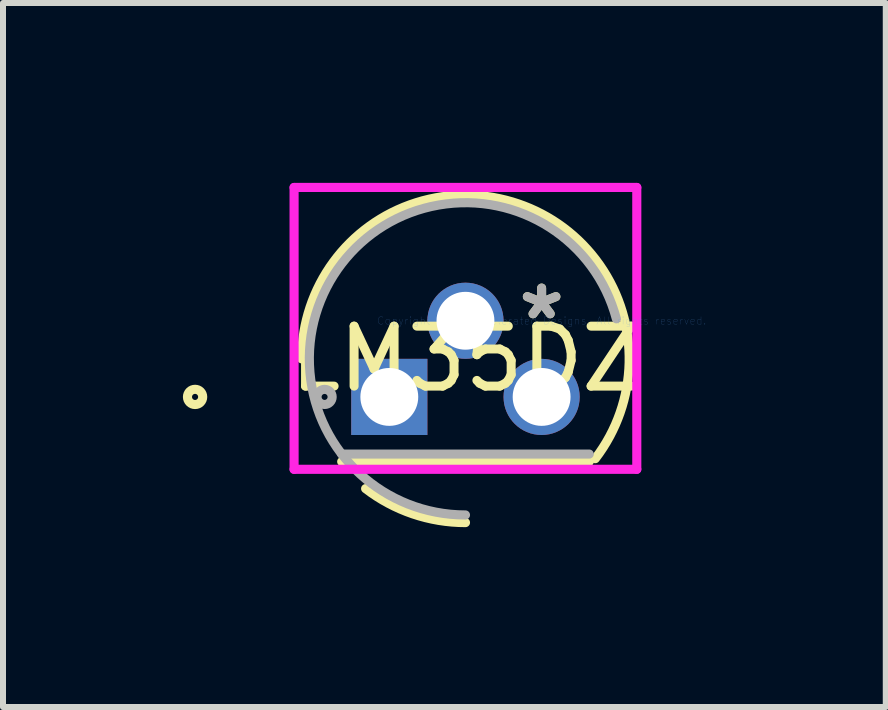
<source format=kicad_pcb>
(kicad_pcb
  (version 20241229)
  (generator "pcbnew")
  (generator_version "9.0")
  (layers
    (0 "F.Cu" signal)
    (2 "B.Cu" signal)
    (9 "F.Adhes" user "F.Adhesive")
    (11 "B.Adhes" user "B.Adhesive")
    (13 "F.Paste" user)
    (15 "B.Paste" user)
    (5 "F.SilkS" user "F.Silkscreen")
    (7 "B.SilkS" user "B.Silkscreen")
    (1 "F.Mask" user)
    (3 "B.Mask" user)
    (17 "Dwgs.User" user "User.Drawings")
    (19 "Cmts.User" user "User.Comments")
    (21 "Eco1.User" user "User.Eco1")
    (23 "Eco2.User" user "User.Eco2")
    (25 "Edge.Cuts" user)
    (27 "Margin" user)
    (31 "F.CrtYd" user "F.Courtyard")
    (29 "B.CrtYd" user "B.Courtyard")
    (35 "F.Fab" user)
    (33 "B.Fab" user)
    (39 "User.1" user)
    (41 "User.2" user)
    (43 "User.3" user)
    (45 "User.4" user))
  (footprint "LM35DZ"
    (layer "F.Cu")
    (at 5.982 2.299)
    (property "Reference" "LM35DZ" (at -1.27 0.635 0) (layer "F.SilkS") (effects (font (size 1 1) (thickness 0.15))))
    (attr through_hole)
    (fp_line (start -3.334 2.349) (end 0.794 2.349) (stroke (width 0.152) (type solid)) (layer "F.SilkS"))
    (fp_arc (start -4.0005 0.635) (mid -0.39069 -1.950042) (end 0.894167 2.299936) (stroke (width 0.1524) (type solid)) (layer "F.SilkS"))
    (fp_arc (start -1.27 3.3655) (mid -2.149312 3.220042) (end -2.934939 2.799165) (stroke (width 0.1524) (type solid)) (layer "F.SilkS"))
    (fp_circle (center -5.779 1.27) (end -5.652 1.27) (stroke (width 0.152) (type solid)) (fill no) (layer "F.SilkS"))
    (fp_line (start -4.128 -2.223) (end 1.587 -2.223) (stroke (width 0.152) (type solid)) (layer "F.CrtYd"))
    (fp_line (start -4.128 2.477) (end -4.128 -2.223) (stroke (width 0.152) (type solid)) (layer "F.CrtYd"))
    (fp_line (start 1.587 -2.223) (end 1.587 2.477) (stroke (width 0.152) (type solid)) (layer "F.CrtYd"))
    (fp_line (start 1.587 2.477) (end -4.128 2.477) (stroke (width 0.152) (type solid)) (layer "F.CrtYd"))
    (fp_line (start -3.334 2.223) (end 0.794 2.223) (stroke (width 0.152) (type solid)) (layer "F.Fab"))
    (fp_line (start -2.794 1.27) (end -2.286 1.27) (stroke (width 0.152) (type solid)) (layer "F.Fab"))
    (fp_line (start -2.54 1.524) (end -2.54 1.016) (stroke (width 0.152) (type solid)) (layer "F.Fab"))
    (fp_arc (start -1.27 3.2385) (mid -3.333506 -0.952499) (end 1.24647 -0.032526) (stroke (width 0.1524) (type solid)) (layer "F.Fab"))
    (fp_circle (center -3.619 1.27) (end -3.493 1.27) (stroke (width 0.152) (type solid)) (fill no) (layer "F.Fab"))
    (fp_text user "*" (at 0 0 0) (layer "F.SilkS") (effects (font (size 1 1) (thickness 0.15))))
    (fp_text user "Copyright 2016 Accelerated Designs. All rights reserved." (at 0 0 0) (layer "Cmts.User") (effects (font (size 0.127 0.127) (thickness 0.002))))
    (fp_text user "*" (at 0 0 0) (layer "F.Fab") (effects (font (size 1 1) (thickness 0.15))))
    (pad "1" thru_hole rect (at -2.54 1.27) (size 1.27 1.27) (drill 0.965) (layers "*.Cu" "*.Mask"))
    (pad "2" thru_hole circle (at -1.27 0) (size 1.27 1.27) (drill 0.965) (layers "*.Cu" "*.Mask"))
    (pad "3" thru_hole circle (at 0 1.27) (size 1.27 1.27) (drill 0.965) (layers "*.Cu" "*.Mask")))
  (gr_rect
    (start -3 -3)
    (end 11.721 8.74)
    (stroke (width 0.1) (type default))
    (fill no)
    (layer "Edge.Cuts")))
</source>
